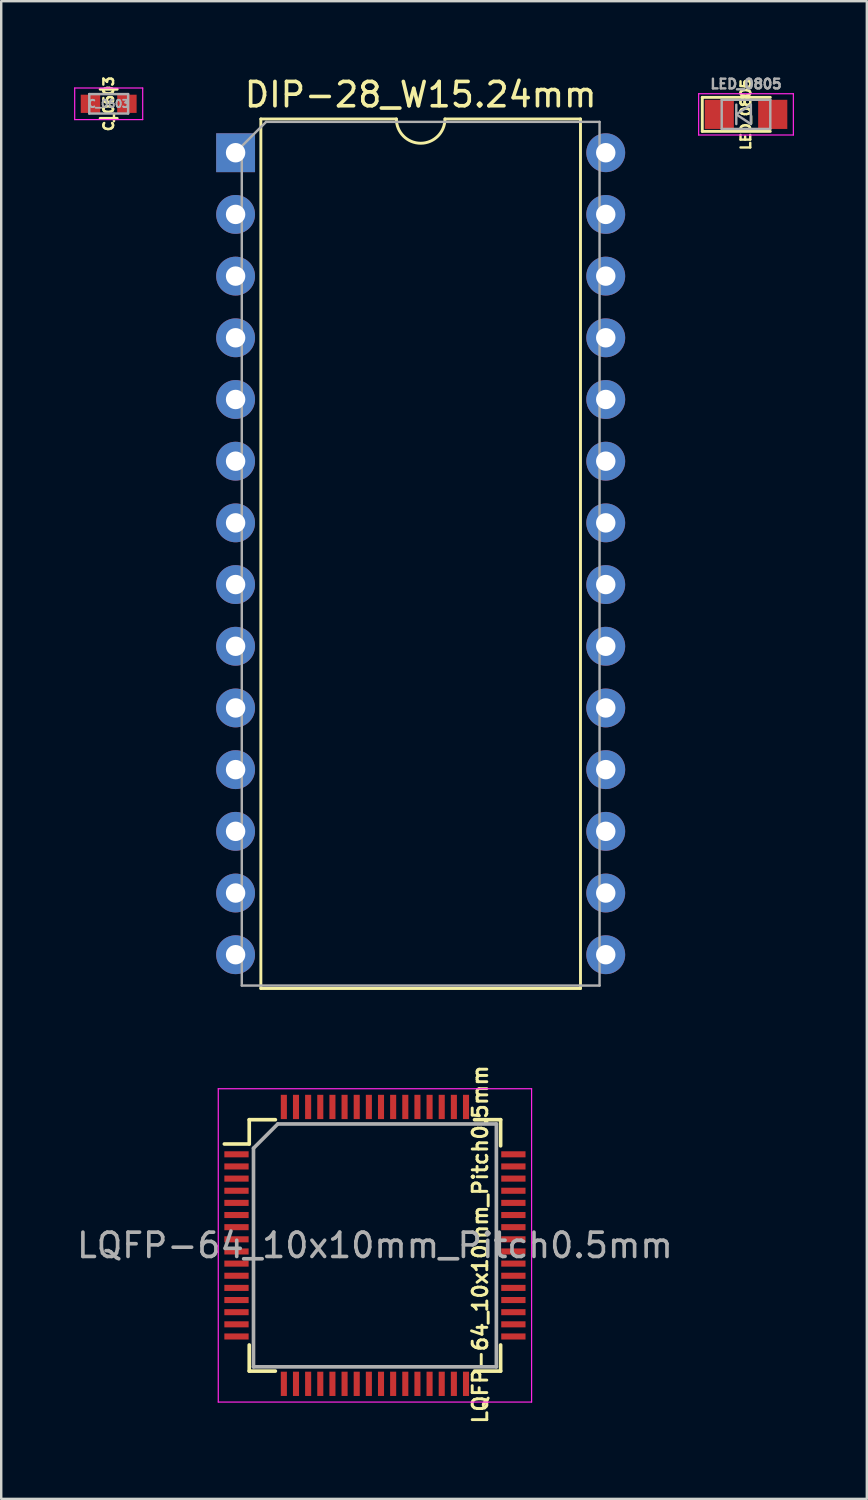
<source format=kicad_pcb>
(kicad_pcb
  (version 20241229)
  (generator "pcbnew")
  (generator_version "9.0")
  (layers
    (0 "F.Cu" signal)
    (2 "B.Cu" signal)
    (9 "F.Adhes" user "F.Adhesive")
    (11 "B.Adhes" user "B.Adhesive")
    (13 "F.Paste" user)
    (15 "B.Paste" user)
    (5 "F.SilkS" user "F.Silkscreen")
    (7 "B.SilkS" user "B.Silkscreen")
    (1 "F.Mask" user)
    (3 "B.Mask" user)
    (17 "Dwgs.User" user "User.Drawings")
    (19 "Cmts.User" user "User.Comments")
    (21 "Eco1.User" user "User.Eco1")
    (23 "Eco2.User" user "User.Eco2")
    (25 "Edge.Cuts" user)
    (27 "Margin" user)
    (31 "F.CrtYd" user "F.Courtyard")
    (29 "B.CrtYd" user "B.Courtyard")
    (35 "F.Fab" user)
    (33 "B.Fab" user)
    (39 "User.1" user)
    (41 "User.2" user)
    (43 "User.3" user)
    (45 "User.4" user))
  (footprint "LED_0805"
    (layer "F.Cu")
    (at 27.665 1.659)
    (property "Reference" "LED_0805" (at -0.006 0 270) (layer "F.SilkS") (effects (font (size 0.4 0.4) (thickness 0.1))))
    (attr smd)
    (fp_line (start -1.8 -0.7) (end -1.8 0.7) (stroke (width 0.12) (type solid)) (layer "F.SilkS"))
    (fp_line (start -1.8 -0.7) (end 1 -0.7) (stroke (width 0.12) (type solid)) (layer "F.SilkS"))
    (fp_line (start -1.8 0.7) (end 1 0.7) (stroke (width 0.12) (type solid)) (layer "F.SilkS"))
    (fp_line (start -1.95 -0.85) (end 1.95 -0.85) (stroke (width 0.05) (type solid)) (layer "F.CrtYd"))
    (fp_line (start -1.95 0.85) (end -1.95 -0.85) (stroke (width 0.05) (type solid)) (layer "F.CrtYd"))
    (fp_line (start 1.95 -0.85) (end 1.95 0.85) (stroke (width 0.05) (type solid)) (layer "F.CrtYd"))
    (fp_line (start 1.95 0.85) (end -1.95 0.85) (stroke (width 0.05) (type solid)) (layer "F.CrtYd"))
    (fp_line (start -1 -0.6) (end 1 -0.6) (stroke (width 0.1) (type solid)) (layer "F.Fab"))
    (fp_line (start -1 0.6) (end -1 -0.6) (stroke (width 0.1) (type solid)) (layer "F.Fab"))
    (fp_line (start -0.4 -0.4) (end -0.4 0.4) (stroke (width 0.1) (type solid)) (layer "F.Fab"))
    (fp_line (start -0.4 0) (end 0.2 -0.4) (stroke (width 0.1) (type solid)) (layer "F.Fab"))
    (fp_line (start 0.2 -0.4) (end 0.2 0.4) (stroke (width 0.1) (type solid)) (layer "F.Fab"))
    (fp_line (start 0.2 0.4) (end -0.4 0) (stroke (width 0.1) (type solid)) (layer "F.Fab"))
    (fp_line (start 1 -0.6) (end 1 0.6) (stroke (width 0.1) (type solid)) (layer "F.Fab"))
    (fp_line (start 1 0.6) (end -1 0.6) (stroke (width 0.1) (type solid)) (layer "F.Fab"))
    (fp_text user "${REFERENCE}" (at 0 -1.25 0) (layer "F.Fab") (effects (font (size 0.4 0.4) (thickness 0.1))))
    (pad "1" smd rect (at -1.1 0 180) (size 1.2 1.2) (layers "F.Cu" "F.Mask" "F.Paste"))
    (pad "2" smd rect (at 1.1 0 180) (size 1.2 1.2) (layers "F.Cu" "F.Mask" "F.Paste")))
  (footprint "DIP-28_W15.24mm"
    (layer "F.Cu")
    (at 6.65 3.238)
    (property "Reference" "DIP-28_W15.24mm" (at 7.62 -2.39 0) (layer "F.SilkS") (effects (font (size 1 1) (thickness 0.15))))
    (attr through_hole)
    (fp_line (start 1.04 -1.39) (end 1.04 34.41) (stroke (width 0.12) (type solid)) (layer "F.SilkS"))
    (fp_line (start 1.04 34.41) (end 14.2 34.41) (stroke (width 0.12) (type solid)) (layer "F.SilkS"))
    (fp_line (start 6.62 -1.39) (end 1.04 -1.39) (stroke (width 0.12) (type solid)) (layer "F.SilkS"))
    (fp_line (start 14.2 -1.39) (end 8.62 -1.39) (stroke (width 0.12) (type solid)) (layer "F.SilkS"))
    (fp_line (start 14.2 34.41) (end 14.2 -1.39) (stroke (width 0.12) (type solid)) (layer "F.SilkS"))
    (fp_arc (start 8.62 -1.39) (mid 7.62 -0.39) (end 6.62 -1.39) (stroke (width 0.12) (type solid)) (layer "F.SilkS"))
    (fp_line (start 0.255 -0.27) (end 1.255 -1.27) (stroke (width 0.1) (type solid)) (layer "F.Fab"))
    (fp_line (start 0.255 34.29) (end 0.255 -0.27) (stroke (width 0.1) (type solid)) (layer "F.Fab"))
    (fp_line (start 1.255 -1.27) (end 14.985 -1.27) (stroke (width 0.1) (type solid)) (layer "F.Fab"))
    (fp_line (start 14.985 -1.27) (end 14.985 34.29) (stroke (width 0.1) (type solid)) (layer "F.Fab"))
    (fp_line (start 14.985 34.29) (end 0.255 34.29) (stroke (width 0.1) (type solid)) (layer "F.Fab"))
    (pad "1" thru_hole rect (at 0 0) (size 1.6 1.6) (drill 0.8) (layers "*.Cu" "*.Mask"))
    (pad "2" thru_hole oval (at 0 2.54) (size 1.6 1.6) (drill 0.8) (layers "*.Cu" "*.Mask"))
    (pad "3" thru_hole oval (at 0 5.08) (size 1.6 1.6) (drill 0.8) (layers "*.Cu" "*.Mask"))
    (pad "4" thru_hole oval (at 0 7.62) (size 1.6 1.6) (drill 0.8) (layers "*.Cu" "*.Mask"))
    (pad "5" thru_hole oval (at 0 10.16) (size 1.6 1.6) (drill 0.8) (layers "*.Cu" "*.Mask"))
    (pad "6" thru_hole oval (at 0 12.7) (size 1.6 1.6) (drill 0.8) (layers "*.Cu" "*.Mask"))
    (pad "7" thru_hole oval (at 0 15.24) (size 1.6 1.6) (drill 0.8) (layers "*.Cu" "*.Mask"))
    (pad "8" thru_hole oval (at 0 17.78) (size 1.6 1.6) (drill 0.8) (layers "*.Cu" "*.Mask"))
    (pad "9" thru_hole oval (at 0 20.32) (size 1.6 1.6) (drill 0.8) (layers "*.Cu" "*.Mask"))
    (pad "10" thru_hole oval (at 0 22.86) (size 1.6 1.6) (drill 0.8) (layers "*.Cu" "*.Mask"))
    (pad "11" thru_hole oval (at 0 25.4) (size 1.6 1.6) (drill 0.8) (layers "*.Cu" "*.Mask"))
    (pad "12" thru_hole oval (at 0 27.94) (size 1.6 1.6) (drill 0.8) (layers "*.Cu" "*.Mask"))
    (pad "13" thru_hole oval (at 0 30.48) (size 1.6 1.6) (drill 0.8) (layers "*.Cu" "*.Mask"))
    (pad "14" thru_hole oval (at 0 33.02) (size 1.6 1.6) (drill 0.8) (layers "*.Cu" "*.Mask"))
    (pad "15" thru_hole oval (at 15.24 33.02) (size 1.6 1.6) (drill 0.8) (layers "*.Cu" "*.Mask"))
    (pad "16" thru_hole oval (at 15.24 30.48) (size 1.6 1.6) (drill 0.8) (layers "*.Cu" "*.Mask"))
    (pad "17" thru_hole oval (at 15.24 27.94) (size 1.6 1.6) (drill 0.8) (layers "*.Cu" "*.Mask"))
    (pad "18" thru_hole oval (at 15.24 25.4) (size 1.6 1.6) (drill 0.8) (layers "*.Cu" "*.Mask"))
    (pad "19" thru_hole oval (at 15.24 22.86) (size 1.6 1.6) (drill 0.8) (layers "*.Cu" "*.Mask"))
    (pad "20" thru_hole oval (at 15.24 20.32) (size 1.6 1.6) (drill 0.8) (layers "*.Cu" "*.Mask"))
    (pad "21" thru_hole oval (at 15.24 17.78) (size 1.6 1.6) (drill 0.8) (layers "*.Cu" "*.Mask"))
    (pad "22" thru_hole oval (at 15.24 15.24) (size 1.6 1.6) (drill 0.8) (layers "*.Cu" "*.Mask"))
    (pad "23" thru_hole oval (at 15.24 12.7) (size 1.6 1.6) (drill 0.8) (layers "*.Cu" "*.Mask"))
    (pad "24" thru_hole oval (at 15.24 10.16) (size 1.6 1.6) (drill 0.8) (layers "*.Cu" "*.Mask"))
    (pad "25" thru_hole oval (at 15.24 7.62) (size 1.6 1.6) (drill 0.8) (layers "*.Cu" "*.Mask"))
    (pad "26" thru_hole oval (at 15.24 5.08) (size 1.6 1.6) (drill 0.8) (layers "*.Cu" "*.Mask"))
    (pad "27" thru_hole oval (at 15.24 2.54) (size 1.6 1.6) (drill 0.8) (layers "*.Cu" "*.Mask"))
    (pad "28" thru_hole oval (at 15.24 0) (size 1.6 1.6) (drill 0.8) (layers "*.Cu" "*.Mask")))
  (footprint "C_0603"
    (layer "F.Cu")
    (at 1.425 1.224)
    (property "Reference" "C_0603" (at 0 0 90) (layer "F.SilkS") (effects (font (size 0.4 0.4) (thickness 0.1))))
    (attr smd)
    (fp_line (start -0.35 -0.6) (end 0.35 -0.6) (stroke (width 0.12) (type solid)) (layer "F.SilkS"))
    (fp_line (start 0.35 0.6) (end -0.35 0.6) (stroke (width 0.12) (type solid)) (layer "F.SilkS"))
    (fp_line (start -1.4 -0.65) (end -1.4 0.65) (stroke (width 0.05) (type solid)) (layer "F.CrtYd"))
    (fp_line (start -1.4 -0.65) (end 1.4 -0.65) (stroke (width 0.05) (type solid)) (layer "F.CrtYd"))
    (fp_line (start 1.4 0.65) (end -1.4 0.65) (stroke (width 0.05) (type solid)) (layer "F.CrtYd"))
    (fp_line (start 1.4 0.65) (end 1.4 -0.65) (stroke (width 0.05) (type solid)) (layer "F.CrtYd"))
    (fp_line (start -0.8 -0.4) (end 0.8 -0.4) (stroke (width 0.1) (type solid)) (layer "F.Fab"))
    (fp_line (start -0.8 0.4) (end -0.8 -0.4) (stroke (width 0.1) (type solid)) (layer "F.Fab"))
    (fp_line (start 0.8 -0.4) (end 0.8 0.4) (stroke (width 0.1) (type solid)) (layer "F.Fab"))
    (fp_line (start 0.8 0.4) (end -0.8 0.4) (stroke (width 0.1) (type solid)) (layer "F.Fab"))
    (fp_text user "${REFERENCE}" (at 0 0 0) (layer "F.Fab") (effects (font (size 0.3 0.3) (thickness 0.075))))
    (pad "1" smd rect (at -0.75 0) (size 0.8 0.75) (layers "F.Cu" "F.Mask" "F.Paste"))
    (pad "2" smd rect (at 0.75 0) (size 0.8 0.75) (layers "F.Cu" "F.Mask" "F.Paste")))
  (footprint "LQFP-64_10x10mm_Pitch0.5mm"
    (layer "F.Cu")
    (at 12.387 48.226)
    (property "Reference" "LQFP-64_10x10mm_Pitch0.5mm" (at 4.334 -0.04 90) (layer "F.SilkS") (effects (font (size 0.6 0.6) (thickness 0.12))))
    (attr smd)
    (fp_line (start -5.175 -5.175) (end -5.175 -4.175) (stroke (width 0.15) (type solid)) (layer "F.SilkS"))
    (fp_line (start -5.175 -5.175) (end -4.1 -5.175) (stroke (width 0.15) (type solid)) (layer "F.SilkS"))
    (fp_line (start -5.175 -4.175) (end -6.2 -4.175) (stroke (width 0.15) (type solid)) (layer "F.SilkS"))
    (fp_line (start -5.175 5.175) (end -5.175 4.1) (stroke (width 0.15) (type solid)) (layer "F.SilkS"))
    (fp_line (start -5.175 5.175) (end -4.1 5.175) (stroke (width 0.15) (type solid)) (layer "F.SilkS"))
    (fp_line (start 5.175 -5.175) (end 4.1 -5.175) (stroke (width 0.15) (type solid)) (layer "F.SilkS"))
    (fp_line (start 5.175 -5.175) (end 5.175 -4.1) (stroke (width 0.15) (type solid)) (layer "F.SilkS"))
    (fp_line (start 5.175 5.175) (end 4.1 5.175) (stroke (width 0.15) (type solid)) (layer "F.SilkS"))
    (fp_line (start 5.175 5.175) (end 5.175 4.1) (stroke (width 0.15) (type solid)) (layer "F.SilkS"))
    (fp_line (start -6.45 -6.45) (end -6.45 6.45) (stroke (width 0.05) (type solid)) (layer "F.CrtYd"))
    (fp_line (start -6.45 -6.45) (end 6.45 -6.45) (stroke (width 0.05) (type solid)) (layer "F.CrtYd"))
    (fp_line (start -6.45 6.45) (end 6.45 6.45) (stroke (width 0.05) (type solid)) (layer "F.CrtYd"))
    (fp_line (start 6.45 -6.45) (end 6.45 6.45) (stroke (width 0.05) (type solid)) (layer "F.CrtYd"))
    (fp_line (start -5 -4) (end -4 -5) (stroke (width 0.15) (type solid)) (layer "F.Fab"))
    (fp_line (start -5 5) (end -5 -4) (stroke (width 0.15) (type solid)) (layer "F.Fab"))
    (fp_line (start -4 -5) (end 5 -5) (stroke (width 0.15) (type solid)) (layer "F.Fab"))
    (fp_line (start 5 -5) (end 5 5) (stroke (width 0.15) (type solid)) (layer "F.Fab"))
    (fp_line (start 5 5) (end -5 5) (stroke (width 0.15) (type solid)) (layer "F.Fab"))
    (fp_text user "${REFERENCE}" (at 0 0 0) (layer "F.Fab") (effects (font (size 1 1) (thickness 0.15))))
    (pad "1" smd rect (at -5.7 -3.75) (size 1 0.25) (layers "F.Cu" "F.Mask" "F.Paste"))
    (pad "2" smd rect (at -5.7 -3.25) (size 1 0.25) (layers "F.Cu" "F.Mask" "F.Paste"))
    (pad "3" smd rect (at -5.7 -2.75) (size 1 0.25) (layers "F.Cu" "F.Mask" "F.Paste"))
    (pad "4" smd rect (at -5.7 -2.25) (size 1 0.25) (layers "F.Cu" "F.Mask" "F.Paste"))
    (pad "5" smd rect (at -5.7 -1.75) (size 1 0.25) (layers "F.Cu" "F.Mask" "F.Paste"))
    (pad "6" smd rect (at -5.7 -1.25) (size 1 0.25) (layers "F.Cu" "F.Mask" "F.Paste"))
    (pad "7" smd rect (at -5.7 -0.75) (size 1 0.25) (layers "F.Cu" "F.Mask" "F.Paste"))
    (pad "8" smd rect (at -5.7 -0.25) (size 1 0.25) (layers "F.Cu" "F.Mask" "F.Paste"))
    (pad "9" smd rect (at -5.7 0.25) (size 1 0.25) (layers "F.Cu" "F.Mask" "F.Paste"))
    (pad "10" smd rect (at -5.7 0.75) (size 1 0.25) (layers "F.Cu" "F.Mask" "F.Paste"))
    (pad "11" smd rect (at -5.7 1.25) (size 1 0.25) (layers "F.Cu" "F.Mask" "F.Paste"))
    (pad "12" smd rect (at -5.7 1.75) (size 1 0.25) (layers "F.Cu" "F.Mask" "F.Paste"))
    (pad "13" smd rect (at -5.7 2.25) (size 1 0.25) (layers "F.Cu" "F.Mask" "F.Paste"))
    (pad "14" smd rect (at -5.7 2.75) (size 1 0.25) (layers "F.Cu" "F.Mask" "F.Paste"))
    (pad "15" smd rect (at -5.7 3.25) (size 1 0.25) (layers "F.Cu" "F.Mask" "F.Paste"))
    (pad "16" smd rect (at -5.7 3.75) (size 1 0.25) (layers "F.Cu" "F.Mask" "F.Paste"))
    (pad "17" smd rect (at -3.75 5.7 90) (size 1 0.25) (layers "F.Cu" "F.Mask" "F.Paste"))
    (pad "18" smd rect (at -3.25 5.7 90) (size 1 0.25) (layers "F.Cu" "F.Mask" "F.Paste"))
    (pad "19" smd rect (at -2.75 5.7 90) (size 1 0.25) (layers "F.Cu" "F.Mask" "F.Paste"))
    (pad "20" smd rect (at -2.25 5.7 90) (size 1 0.25) (layers "F.Cu" "F.Mask" "F.Paste"))
    (pad "21" smd rect (at -1.75 5.7 90) (size 1 0.25) (layers "F.Cu" "F.Mask" "F.Paste"))
    (pad "22" smd rect (at -1.25 5.7 90) (size 1 0.25) (layers "F.Cu" "F.Mask" "F.Paste"))
    (pad "23" smd rect (at -0.75 5.7 90) (size 1 0.25) (layers "F.Cu" "F.Mask" "F.Paste"))
    (pad "24" smd rect (at -0.25 5.7 90) (size 1 0.25) (layers "F.Cu" "F.Mask" "F.Paste"))
    (pad "25" smd rect (at 0.25 5.7 90) (size 1 0.25) (layers "F.Cu" "F.Mask" "F.Paste"))
    (pad "26" smd rect (at 0.75 5.7 90) (size 1 0.25) (layers "F.Cu" "F.Mask" "F.Paste"))
    (pad "27" smd rect (at 1.25 5.7 90) (size 1 0.25) (layers "F.Cu" "F.Mask" "F.Paste"))
    (pad "28" smd rect (at 1.75 5.7 90) (size 1 0.25) (layers "F.Cu" "F.Mask" "F.Paste"))
    (pad "29" smd rect (at 2.25 5.7 90) (size 1 0.25) (layers "F.Cu" "F.Mask" "F.Paste"))
    (pad "30" smd rect (at 2.75 5.7 90) (size 1 0.25) (layers "F.Cu" "F.Mask" "F.Paste"))
    (pad "31" smd rect (at 3.25 5.7 90) (size 1 0.25) (layers "F.Cu" "F.Mask" "F.Paste"))
    (pad "32" smd rect (at 3.75 5.7 90) (size 1 0.25) (layers "F.Cu" "F.Mask" "F.Paste"))
    (pad "33" smd rect (at 5.7 3.75) (size 1 0.25) (layers "F.Cu" "F.Mask" "F.Paste"))
    (pad "34" smd rect (at 5.7 3.25) (size 1 0.25) (layers "F.Cu" "F.Mask" "F.Paste"))
    (pad "35" smd rect (at 5.7 2.75) (size 1 0.25) (layers "F.Cu" "F.Mask" "F.Paste"))
    (pad "36" smd rect (at 5.7 2.25) (size 1 0.25) (layers "F.Cu" "F.Mask" "F.Paste"))
    (pad "37" smd rect (at 5.7 1.75) (size 1 0.25) (layers "F.Cu" "F.Mask" "F.Paste"))
    (pad "38" smd rect (at 5.7 1.25) (size 1 0.25) (layers "F.Cu" "F.Mask" "F.Paste"))
    (pad "39" smd rect (at 5.7 0.75) (size 1 0.25) (layers "F.Cu" "F.Mask" "F.Paste"))
    (pad "40" smd rect (at 5.7 0.25) (size 1 0.25) (layers "F.Cu" "F.Mask" "F.Paste"))
    (pad "41" smd rect (at 5.7 -0.25) (size 1 0.25) (layers "F.Cu" "F.Mask" "F.Paste"))
    (pad "42" smd rect (at 5.7 -0.75) (size 1 0.25) (layers "F.Cu" "F.Mask" "F.Paste"))
    (pad "43" smd rect (at 5.7 -1.25) (size 1 0.25) (layers "F.Cu" "F.Mask" "F.Paste"))
    (pad "44" smd rect (at 5.7 -1.75) (size 1 0.25) (layers "F.Cu" "F.Mask" "F.Paste"))
    (pad "45" smd rect (at 5.7 -2.25) (size 1 0.25) (layers "F.Cu" "F.Mask" "F.Paste"))
    (pad "46" smd rect (at 5.7 -2.75) (size 1 0.25) (layers "F.Cu" "F.Mask" "F.Paste"))
    (pad "47" smd rect (at 5.7 -3.25) (size 1 0.25) (layers "F.Cu" "F.Mask" "F.Paste"))
    (pad "48" smd rect (at 5.7 -3.75) (size 1 0.25) (layers "F.Cu" "F.Mask" "F.Paste"))
    (pad "49" smd rect (at 3.75 -5.7 90) (size 1 0.25) (layers "F.Cu" "F.Mask" "F.Paste"))
    (pad "50" smd rect (at 3.25 -5.7 90) (size 1 0.25) (layers "F.Cu" "F.Mask" "F.Paste"))
    (pad "51" smd rect (at 2.75 -5.7 90) (size 1 0.25) (layers "F.Cu" "F.Mask" "F.Paste"))
    (pad "52" smd rect (at 2.25 -5.7 90) (size 1 0.25) (layers "F.Cu" "F.Mask" "F.Paste"))
    (pad "53" smd rect (at 1.75 -5.7 90) (size 1 0.25) (layers "F.Cu" "F.Mask" "F.Paste"))
    (pad "54" smd rect (at 1.25 -5.7 90) (size 1 0.25) (layers "F.Cu" "F.Mask" "F.Paste"))
    (pad "55" smd rect (at 0.75 -5.7 90) (size 1 0.25) (layers "F.Cu" "F.Mask" "F.Paste"))
    (pad "56" smd rect (at 0.25 -5.7 90) (size 1 0.25) (layers "F.Cu" "F.Mask" "F.Paste"))
    (pad "57" smd rect (at -0.25 -5.7 90) (size 1 0.25) (layers "F.Cu" "F.Mask" "F.Paste"))
    (pad "58" smd rect (at -0.75 -5.7 90) (size 1 0.25) (layers "F.Cu" "F.Mask" "F.Paste"))
    (pad "59" smd rect (at -1.25 -5.7 90) (size 1 0.25) (layers "F.Cu" "F.Mask" "F.Paste"))
    (pad "60" smd rect (at -1.75 -5.7 90) (size 1 0.25) (layers "F.Cu" "F.Mask" "F.Paste"))
    (pad "61" smd rect (at -2.25 -5.7 90) (size 1 0.25) (layers "F.Cu" "F.Mask" "F.Paste"))
    (pad "62" smd rect (at -2.75 -5.7 90) (size 1 0.25) (layers "F.Cu" "F.Mask" "F.Paste"))
    (pad "63" smd rect (at -3.25 -5.7 90) (size 1 0.25) (layers "F.Cu" "F.Mask" "F.Paste"))
    (pad "64" smd rect (at -3.75 -5.7 90) (size 1 0.25) (layers "F.Cu" "F.Mask" "F.Paste")))
  (gr_rect
    (start -3 -3)
    (end 32.64 58.663)
    (stroke (width 0.1) (type default))
    (fill no)
    (layer "Edge.Cuts")))
</source>
